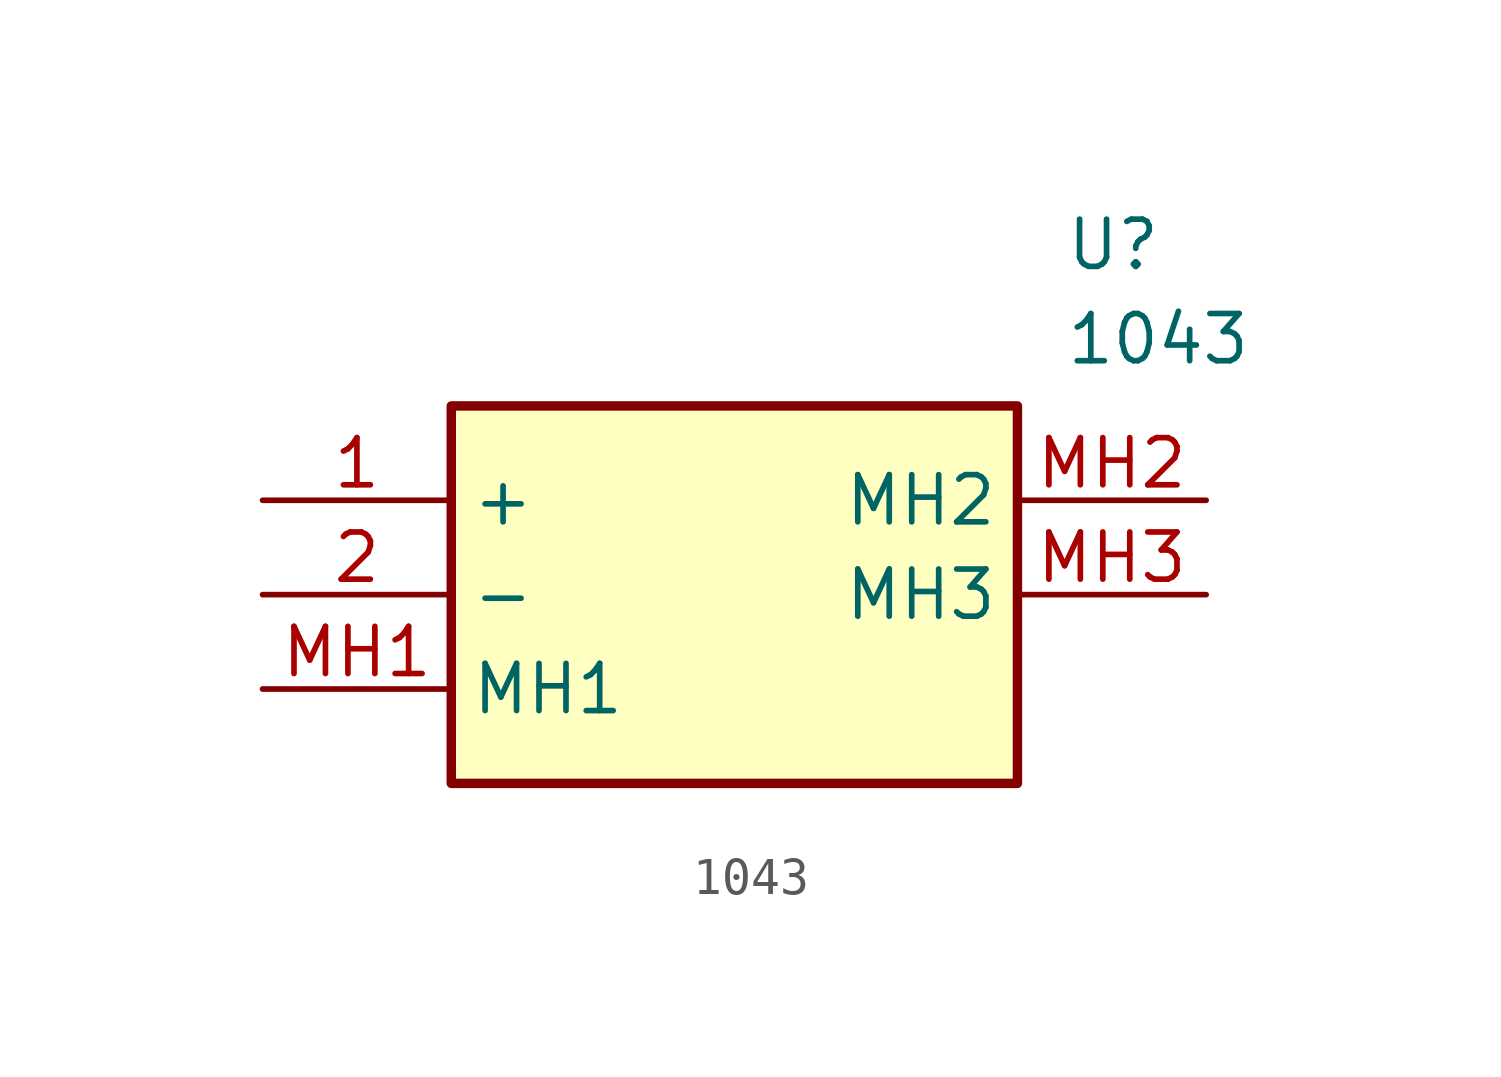
<source format=kicad_sym>
(kicad_symbol_lib
  (version 20211014)
  (generator SamacSys_ECAD_Model)
  (symbol "1043"
    (property "Reference" "U"
      (at 21.59 7.62 0)
      (effects (font (size 1.27 1.27)) (justify left top)))
    (property "Value" "1043"
      (at 21.59 5.08 0)
      (effects (font (size 1.27 1.27)) (justify left top)))
    (rectangle
      (start 5.08 2.54)
      (end 20.32 -7.62)
      (stroke (width 0.254) (type default))
      (fill (type background)))
    (pin passive line
      (at 0 0 0)
      (length 5.08)
      (name "+" (effects (font (size 1.27 1.27))))
      (number "1" (effects (font (size 1.27 1.27)))))
    (pin passive line
      (at 0 -2.54 0)
      (length 5.08)
      (name "-" (effects (font (size 1.27 1.27))))
      (number "2" (effects (font (size 1.27 1.27)))))
    (pin passive line
      (at 0 -5.08 0)
      (length 5.08)
      (name "MH1" (effects (font (size 1.27 1.27))))
      (number "MH1" (effects (font (size 1.27 1.27)))))
    (pin passive line
      (at 25.4 0 180)
      (length 5.08)
      (name "MH2" (effects (font (size 1.27 1.27))))
      (number "MH2" (effects (font (size 1.27 1.27)))))
    (pin passive line
      (at 25.4 -2.54 180)
      (length 5.08)
      (name "MH3" (effects (font (size 1.27 1.27))))
      (number "MH3" (effects (font (size 1.27 1.27)))))))
</source>
